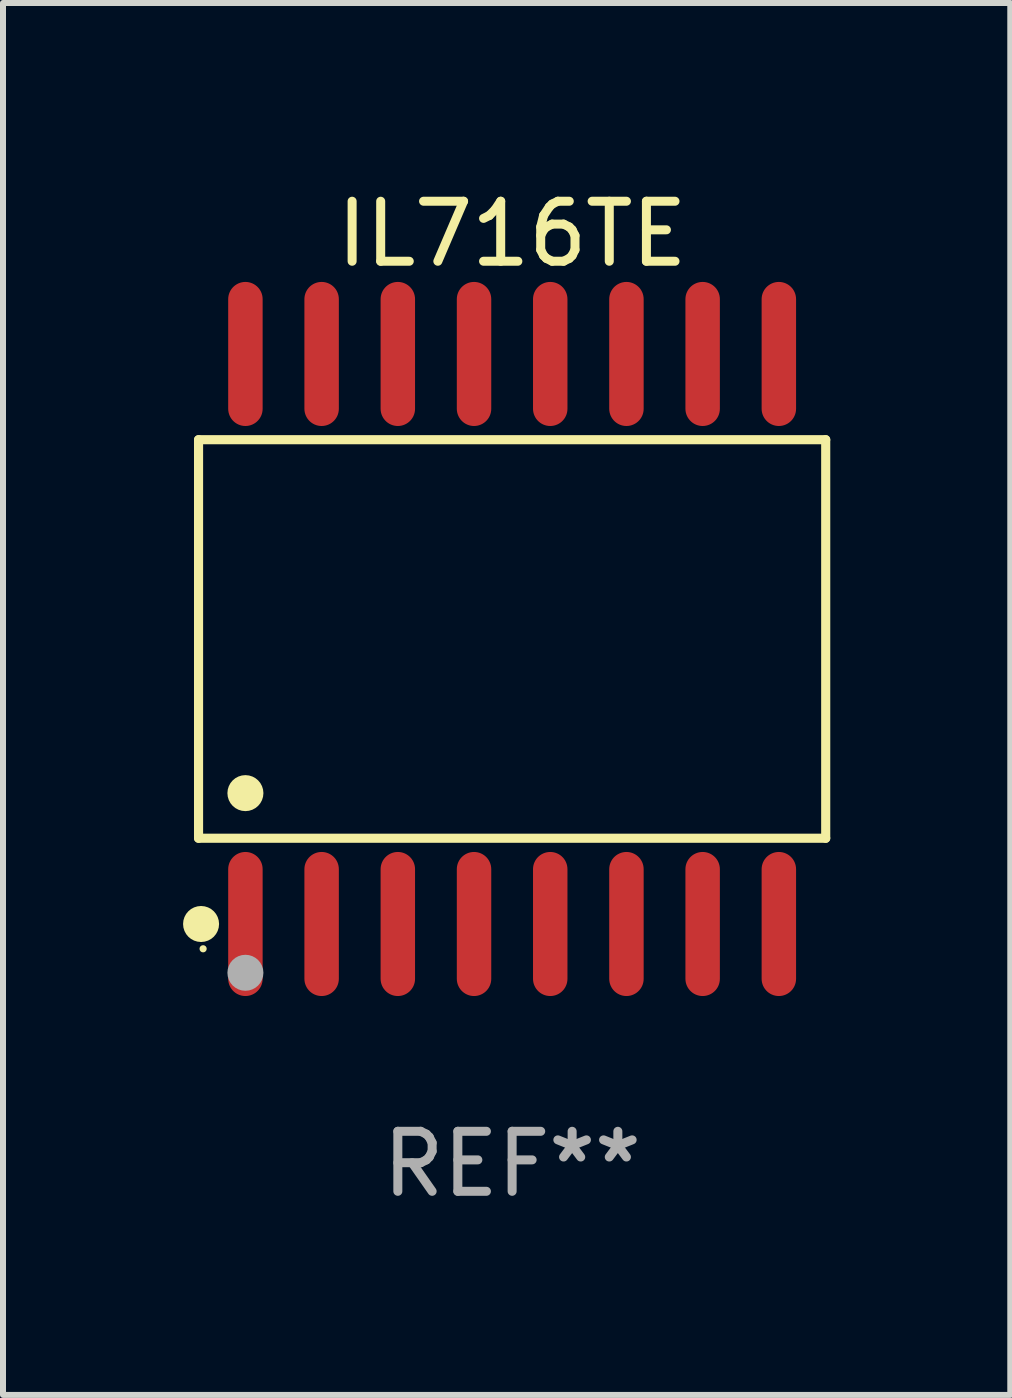
<source format=kicad_pcb>
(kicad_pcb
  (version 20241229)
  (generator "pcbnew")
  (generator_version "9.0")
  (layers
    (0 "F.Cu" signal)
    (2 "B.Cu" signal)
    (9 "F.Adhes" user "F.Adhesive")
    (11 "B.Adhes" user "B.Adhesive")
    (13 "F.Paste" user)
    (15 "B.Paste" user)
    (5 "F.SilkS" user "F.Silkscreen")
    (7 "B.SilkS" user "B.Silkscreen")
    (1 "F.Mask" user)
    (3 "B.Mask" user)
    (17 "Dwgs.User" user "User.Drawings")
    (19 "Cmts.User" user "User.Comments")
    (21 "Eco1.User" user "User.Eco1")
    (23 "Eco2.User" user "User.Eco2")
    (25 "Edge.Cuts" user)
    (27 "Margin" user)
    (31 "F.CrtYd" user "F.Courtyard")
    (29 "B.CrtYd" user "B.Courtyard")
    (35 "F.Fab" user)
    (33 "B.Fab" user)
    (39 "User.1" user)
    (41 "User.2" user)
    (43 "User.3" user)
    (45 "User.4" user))
  (footprint "IL716TE"
    (layer "F.Cu")
    (at 5.485 7.599)
    (property "Reference" "IL716TE" (at 0 -6.75 0) (layer "F.SilkS") (effects (font (size 1 1) (thickness 0.15))))
    (attr through_hole)
    (fp_line (start -5.226 -3.321) (end 5.226 -3.321) (stroke (width 0.152) (type solid)) (layer "F.SilkS"))
    (fp_line (start -5.226 3.321) (end -5.226 -3.321) (stroke (width 0.152) (type solid)) (layer "F.SilkS"))
    (fp_line (start 5.226 -3.321) (end 5.226 3.321) (stroke (width 0.152) (type solid)) (layer "F.SilkS"))
    (fp_line (start 5.226 3.321) (end -5.226 3.321) (stroke (width 0.152) (type solid)) (layer "F.SilkS"))
    (fp_circle (center -5.184 4.75) (end -5.034 4.75) (stroke (width 0.3) (type solid)) (fill no) (layer "F.SilkS"))
    (fp_circle (center -5.15 5.163) (end -5.12 5.163) (stroke (width 0.06) (type solid)) (fill no) (layer "F.SilkS"))
    (fp_circle (center -4.445 2.569) (end -4.295 2.569) (stroke (width 0.3) (type solid)) (fill no) (layer "F.SilkS"))
    (fp_circle (center -4.445 5.563) (end -4.295 5.563) (stroke (width 0.3) (type solid)) (fill no) (layer "F.Fab"))
    (fp_text user "REF**" (at 0 8.75 0) (layer "F.Fab") (effects (font (size 1 1) (thickness 0.15))))
    (pad "1" smd oval (at -4.445 4.75) (size 0.574 2.401) (layers "F.Cu" "F.Mask" "F.Paste"))
    (pad "2" smd oval (at -3.175 4.75) (size 0.574 2.401) (layers "F.Cu" "F.Mask" "F.Paste"))
    (pad "3" smd oval (at -1.905 4.75) (size 0.574 2.401) (layers "F.Cu" "F.Mask" "F.Paste"))
    (pad "4" smd oval (at -0.635 4.75) (size 0.574 2.401) (layers "F.Cu" "F.Mask" "F.Paste"))
    (pad "5" smd oval (at 0.635 4.75) (size 0.574 2.401) (layers "F.Cu" "F.Mask" "F.Paste"))
    (pad "6" smd oval (at 1.905 4.75) (size 0.574 2.401) (layers "F.Cu" "F.Mask" "F.Paste"))
    (pad "7" smd oval (at 3.175 4.75) (size 0.574 2.401) (layers "F.Cu" "F.Mask" "F.Paste"))
    (pad "8" smd oval (at 4.445 4.75) (size 0.574 2.401) (layers "F.Cu" "F.Mask" "F.Paste"))
    (pad "9" smd oval (at 4.445 -4.75) (size 0.574 2.401) (layers "F.Cu" "F.Mask" "F.Paste"))
    (pad "10" smd oval (at 3.175 -4.75) (size 0.574 2.401) (layers "F.Cu" "F.Mask" "F.Paste"))
    (pad "11" smd oval (at 1.905 -4.75) (size 0.574 2.401) (layers "F.Cu" "F.Mask" "F.Paste"))
    (pad "12" smd oval (at 0.635 -4.75) (size 0.574 2.401) (layers "F.Cu" "F.Mask" "F.Paste"))
    (pad "13" smd oval (at -0.635 -4.75) (size 0.574 2.401) (layers "F.Cu" "F.Mask" "F.Paste"))
    (pad "14" smd oval (at -1.905 -4.75) (size 0.574 2.401) (layers "F.Cu" "F.Mask" "F.Paste"))
    (pad "15" smd oval (at -3.175 -4.75) (size 0.574 2.401) (layers "F.Cu" "F.Mask" "F.Paste"))
    (pad "16" smd oval (at -4.445 -4.75) (size 0.574 2.401) (layers "F.Cu" "F.Mask" "F.Paste")))
  (gr_rect
    (start -3 -3)
    (end 13.787 20.197)
    (stroke (width 0.1) (type default))
    (fill no)
    (layer "Edge.Cuts")))
</source>
